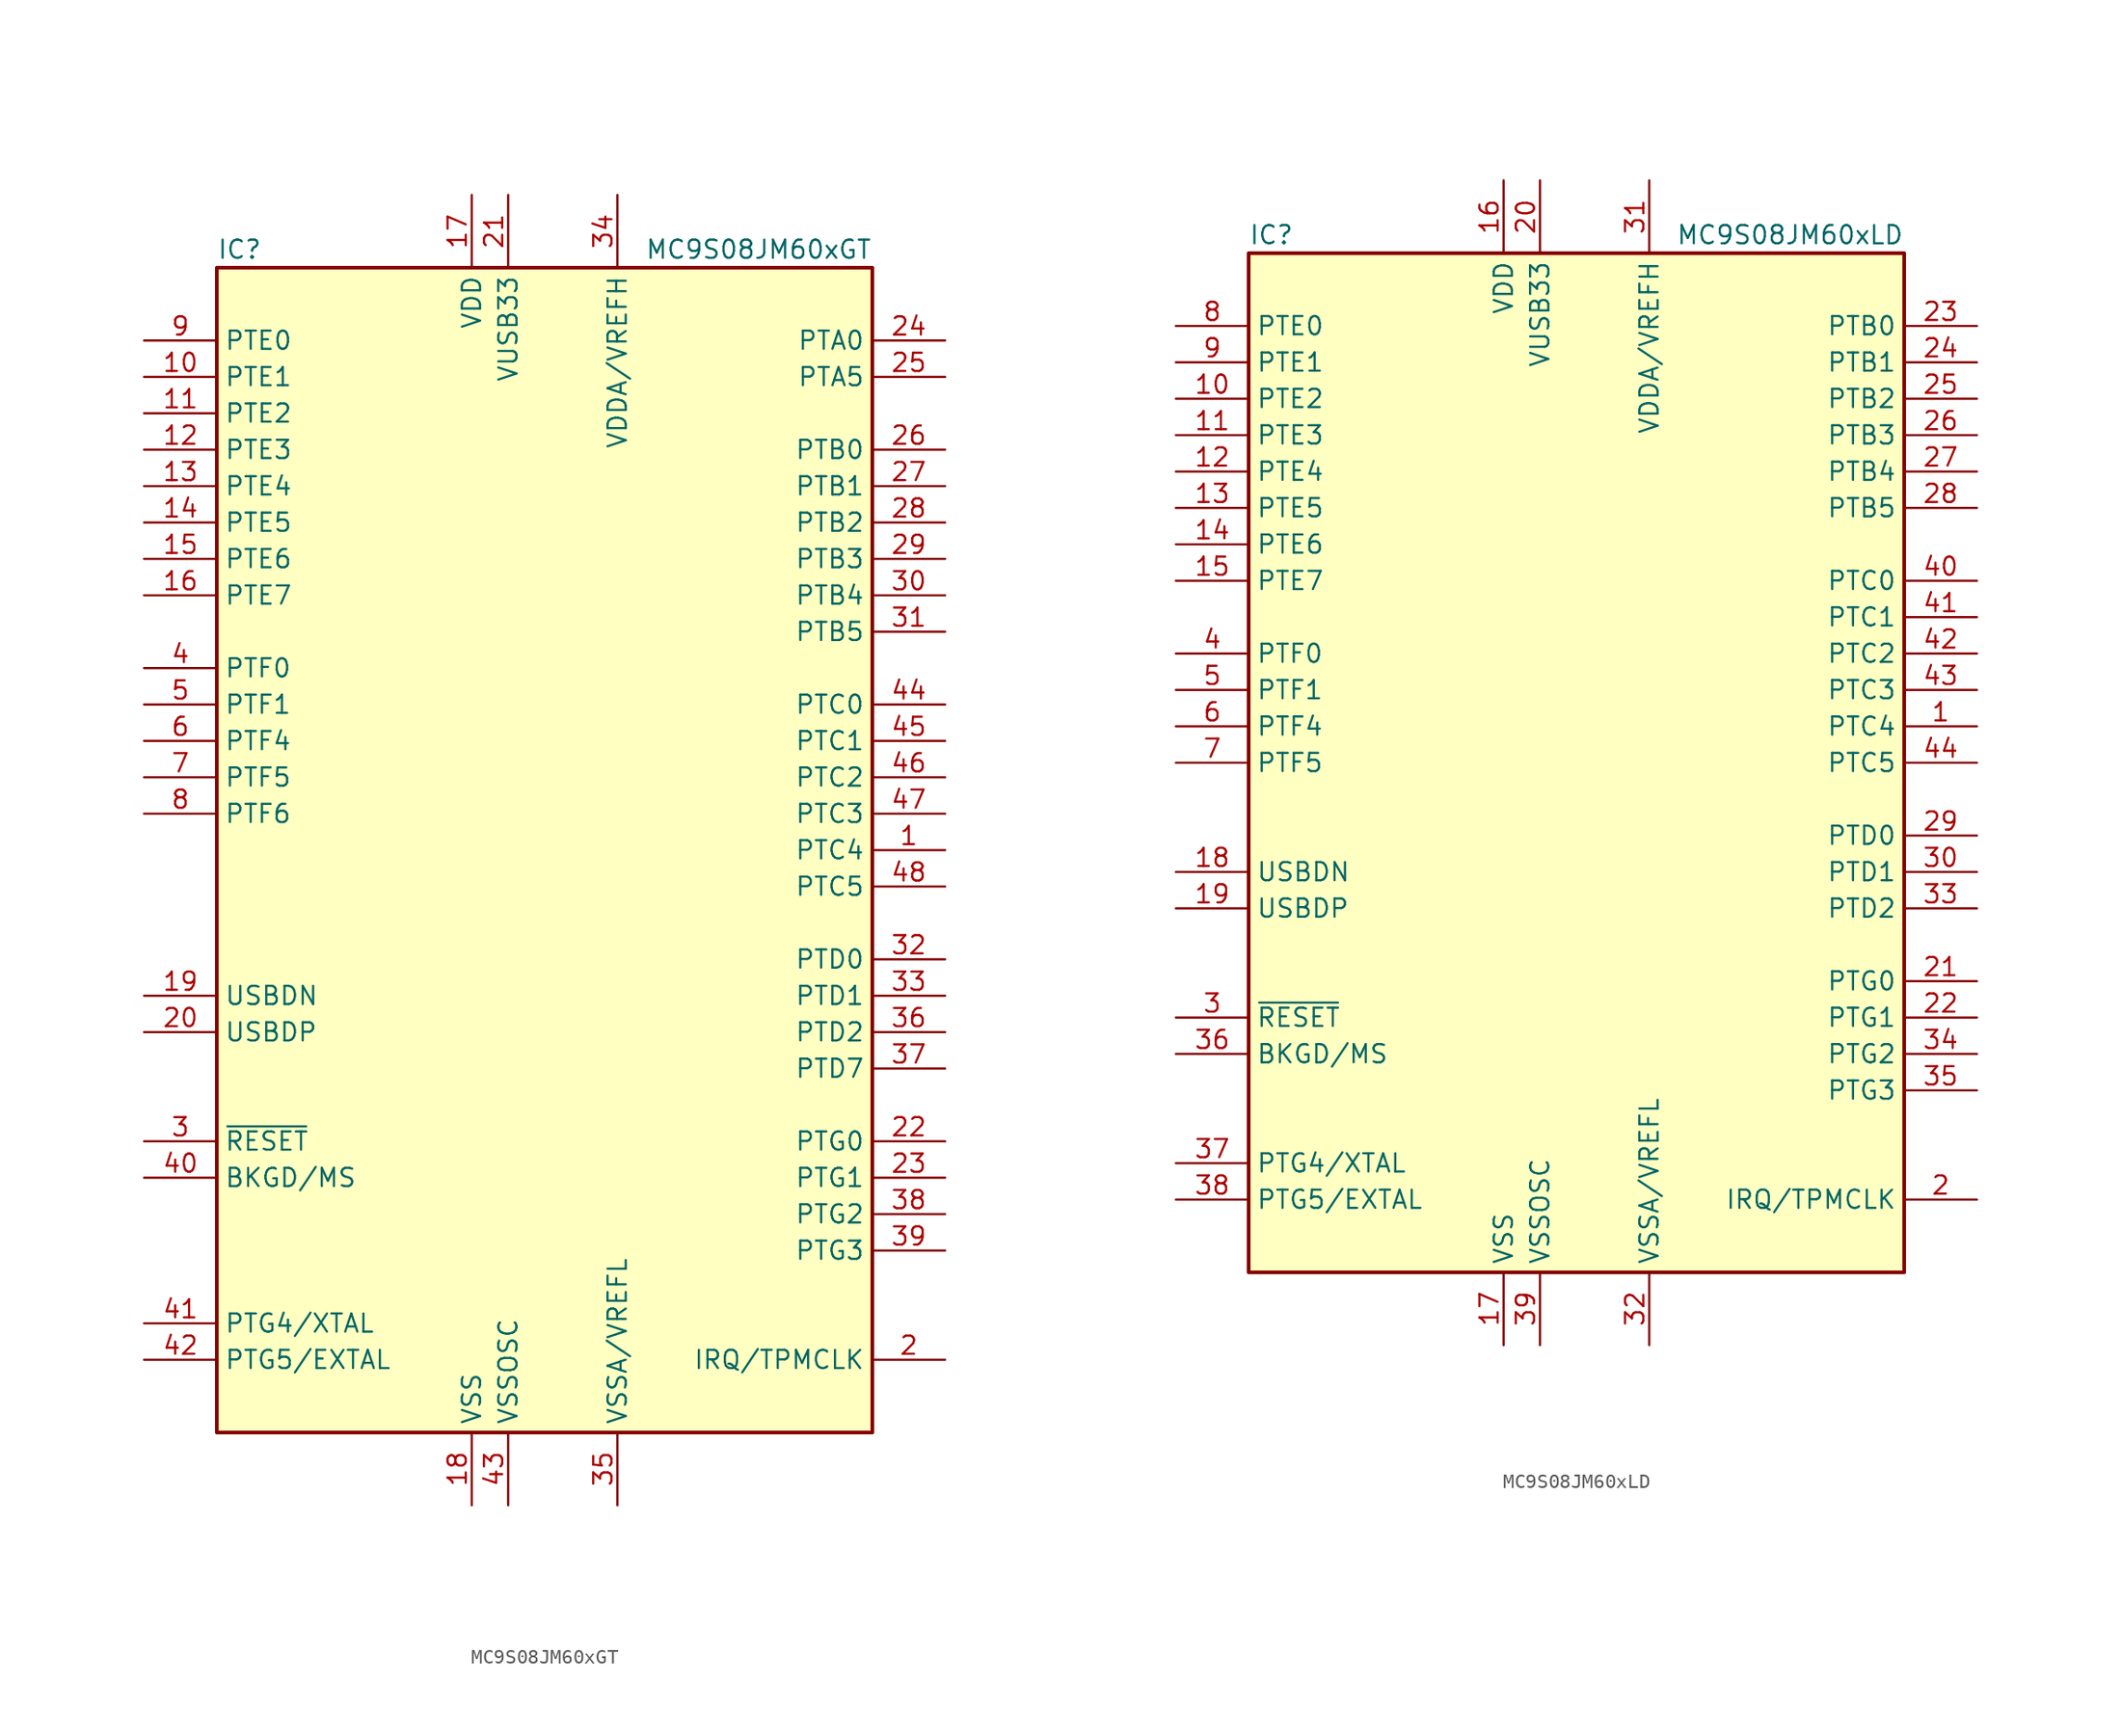
<source format=kicad_sym>
(kicad_symbol_lib
  (version 20241209)
  (generator "kicad_symbol_editor")
  (generator_version "9.0")
  (symbol "MC9S08JM60xGT"
    (property "Reference" "IC"
      (at -22.86 41.91 0)
      (effects (font (size 1.27 1.27)) (justify left)))
    (property "Value" "MC9S08JM60xGT"
      (at 22.86 41.91 0)
      (effects (font (size 1.27 1.27)) (justify right)))
    (symbol "MC9S08JM60xGT_0_1"
      (rectangle (start -22.86 40.64) (end 22.86 -40.64) (stroke (width 0.254) (type default)) (fill (type background))))
    (symbol "MC9S08JM60xGT_1_1"
      (pin bidirectional line (at -27.94 35.56 0) (length 5.08) (name "PTE0" (effects (font (size 1.27 1.27)))) (number "9" (effects (font (size 1.27 1.27)))))
      (pin bidirectional line (at -27.94 33.02 0) (length 5.08) (name "PTE1" (effects (font (size 1.27 1.27)))) (number "10" (effects (font (size 1.27 1.27)))))
      (pin bidirectional line (at -27.94 30.48 0) (length 5.08) (name "PTE2" (effects (font (size 1.27 1.27)))) (number "11" (effects (font (size 1.27 1.27)))))
      (pin bidirectional line (at -27.94 27.94 0) (length 5.08) (name "PTE3" (effects (font (size 1.27 1.27)))) (number "12" (effects (font (size 1.27 1.27)))))
      (pin bidirectional line (at -27.94 25.4 0) (length 5.08) (name "PTE4" (effects (font (size 1.27 1.27)))) (number "13" (effects (font (size 1.27 1.27)))))
      (pin bidirectional line (at -27.94 22.86 0) (length 5.08) (name "PTE5" (effects (font (size 1.27 1.27)))) (number "14" (effects (font (size 1.27 1.27)))))
      (pin bidirectional line (at -27.94 20.32 0) (length 5.08) (name "PTE6" (effects (font (size 1.27 1.27)))) (number "15" (effects (font (size 1.27 1.27)))))
      (pin bidirectional line (at -27.94 17.78 0) (length 5.08) (name "PTE7" (effects (font (size 1.27 1.27)))) (number "16" (effects (font (size 1.27 1.27)))))
      (pin bidirectional line (at -27.94 12.7 0) (length 5.08) (name "PTF0" (effects (font (size 1.27 1.27)))) (number "4" (effects (font (size 1.27 1.27)))))
      (pin bidirectional line (at -27.94 10.16 0) (length 5.08) (name "PTF1" (effects (font (size 1.27 1.27)))) (number "5" (effects (font (size 1.27 1.27)))))
      (pin bidirectional line (at -27.94 7.62 0) (length 5.08) (name "PTF4" (effects (font (size 1.27 1.27)))) (number "6" (effects (font (size 1.27 1.27)))))
      (pin bidirectional line (at -27.94 5.08 0) (length 5.08) (name "PTF5" (effects (font (size 1.27 1.27)))) (number "7" (effects (font (size 1.27 1.27)))))
      (pin bidirectional line (at -27.94 2.54 0) (length 5.08) (name "PTF6" (effects (font (size 1.27 1.27)))) (number "8" (effects (font (size 1.27 1.27)))))
      (pin bidirectional line (at -27.94 -10.16 0) (length 5.08) (name "USBDN" (effects (font (size 1.27 1.27)))) (number "19" (effects (font (size 1.27 1.27)))))
      (pin bidirectional line (at -27.94 -12.7 0) (length 5.08) (name "USBDP" (effects (font (size 1.27 1.27)))) (number "20" (effects (font (size 1.27 1.27)))))
      (pin input line (at -27.94 -20.32 0) (length 5.08) (name "~{RESET}" (effects (font (size 1.27 1.27)))) (number "3" (effects (font (size 1.27 1.27)))))
      (pin bidirectional line (at -27.94 -22.86 0) (length 5.08) (name "BKGD/MS" (effects (font (size 1.27 1.27)))) (number "40" (effects (font (size 1.27 1.27)))))
      (pin bidirectional line (at -27.94 -33.02 0) (length 5.08) (name "PTG4/XTAL" (effects (font (size 1.27 1.27)))) (number "41" (effects (font (size 1.27 1.27)))))
      (pin bidirectional line (at -27.94 -35.56 0) (length 5.08) (name "PTG5/EXTAL" (effects (font (size 1.27 1.27)))) (number "42" (effects (font (size 1.27 1.27)))))
      (pin power_in line (at -5.08 45.72 270) (length 5.08) (name "VDD" (effects (font (size 1.27 1.27)))) (number "17" (effects (font (size 1.27 1.27)))))
      (pin power_in line (at -5.08 -45.72 90) (length 5.08) (name "VSS" (effects (font (size 1.27 1.27)))) (number "18" (effects (font (size 1.27 1.27)))))
      (pin power_out line (at -2.54 45.72 270) (length 5.08) (name "VUSB33" (effects (font (size 1.27 1.27)))) (number "21" (effects (font (size 1.27 1.27)))))
      (pin power_in line (at -2.54 -45.72 90) (length 5.08) (name "VSSOSC" (effects (font (size 1.27 1.27)))) (number "43" (effects (font (size 1.27 1.27)))))
      (pin power_in line (at 5.08 45.72 270) (length 5.08) (name "VDDA/VREFH" (effects (font (size 1.27 1.27)))) (number "34" (effects (font (size 1.27 1.27)))))
      (pin power_in line (at 5.08 -45.72 90) (length 5.08) (name "VSSA/VREFL" (effects (font (size 1.27 1.27)))) (number "35" (effects (font (size 1.27 1.27)))))
      (pin bidirectional line (at 27.94 35.56 180) (length 5.08) (name "PTA0" (effects (font (size 1.27 1.27)))) (number "24" (effects (font (size 1.27 1.27)))))
      (pin bidirectional line (at 27.94 33.02 180) (length 5.08) (name "PTA5" (effects (font (size 1.27 1.27)))) (number "25" (effects (font (size 1.27 1.27)))))
      (pin bidirectional line (at 27.94 27.94 180) (length 5.08) (name "PTB0" (effects (font (size 1.27 1.27)))) (number "26" (effects (font (size 1.27 1.27)))))
      (pin bidirectional line (at 27.94 25.4 180) (length 5.08) (name "PTB1" (effects (font (size 1.27 1.27)))) (number "27" (effects (font (size 1.27 1.27)))))
      (pin bidirectional line (at 27.94 22.86 180) (length 5.08) (name "PTB2" (effects (font (size 1.27 1.27)))) (number "28" (effects (font (size 1.27 1.27)))))
      (pin bidirectional line (at 27.94 20.32 180) (length 5.08) (name "PTB3" (effects (font (size 1.27 1.27)))) (number "29" (effects (font (size 1.27 1.27)))))
      (pin bidirectional line (at 27.94 17.78 180) (length 5.08) (name "PTB4" (effects (font (size 1.27 1.27)))) (number "30" (effects (font (size 1.27 1.27)))))
      (pin bidirectional line (at 27.94 15.24 180) (length 5.08) (name "PTB5" (effects (font (size 1.27 1.27)))) (number "31" (effects (font (size 1.27 1.27)))))
      (pin bidirectional line (at 27.94 10.16 180) (length 5.08) (name "PTC0" (effects (font (size 1.27 1.27)))) (number "44" (effects (font (size 1.27 1.27)))))
      (pin bidirectional line (at 27.94 7.62 180) (length 5.08) (name "PTC1" (effects (font (size 1.27 1.27)))) (number "45" (effects (font (size 1.27 1.27)))))
      (pin bidirectional line (at 27.94 5.08 180) (length 5.08) (name "PTC2" (effects (font (size 1.27 1.27)))) (number "46" (effects (font (size 1.27 1.27)))))
      (pin bidirectional line (at 27.94 2.54 180) (length 5.08) (name "PTC3" (effects (font (size 1.27 1.27)))) (number "47" (effects (font (size 1.27 1.27)))))
      (pin bidirectional line (at 27.94 0 180) (length 5.08) (name "PTC4" (effects (font (size 1.27 1.27)))) (number "1" (effects (font (size 1.27 1.27)))))
      (pin bidirectional line (at 27.94 -2.54 180) (length 5.08) (name "PTC5" (effects (font (size 1.27 1.27)))) (number "48" (effects (font (size 1.27 1.27)))))
      (pin bidirectional line (at 27.94 -7.62 180) (length 5.08) (name "PTD0" (effects (font (size 1.27 1.27)))) (number "32" (effects (font (size 1.27 1.27)))))
      (pin bidirectional line (at 27.94 -10.16 180) (length 5.08) (name "PTD1" (effects (font (size 1.27 1.27)))) (number "33" (effects (font (size 1.27 1.27)))))
      (pin bidirectional line (at 27.94 -12.7 180) (length 5.08) (name "PTD2" (effects (font (size 1.27 1.27)))) (number "36" (effects (font (size 1.27 1.27)))))
      (pin bidirectional line (at 27.94 -15.24 180) (length 5.08) (name "PTD7" (effects (font (size 1.27 1.27)))) (number "37" (effects (font (size 1.27 1.27)))))
      (pin bidirectional line (at 27.94 -20.32 180) (length 5.08) (name "PTG0" (effects (font (size 1.27 1.27)))) (number "22" (effects (font (size 1.27 1.27)))))
      (pin bidirectional line (at 27.94 -22.86 180) (length 5.08) (name "PTG1" (effects (font (size 1.27 1.27)))) (number "23" (effects (font (size 1.27 1.27)))))
      (pin bidirectional line (at 27.94 -25.4 180) (length 5.08) (name "PTG2" (effects (font (size 1.27 1.27)))) (number "38" (effects (font (size 1.27 1.27)))))
      (pin bidirectional line (at 27.94 -27.94 180) (length 5.08) (name "PTG3" (effects (font (size 1.27 1.27)))) (number "39" (effects (font (size 1.27 1.27)))))
      (pin bidirectional line (at 27.94 -35.56 180) (length 5.08) (name "IRQ/TPMCLK" (effects (font (size 1.27 1.27)))) (number "2" (effects (font (size 1.27 1.27)))))))
  (symbol "MC9S08JM60xLD"
    (property "Reference" "IC"
      (at -22.86 36.83 0)
      (effects (font (size 1.27 1.27)) (justify left)))
    (property "Value" "MC9S08JM60xLD"
      (at 22.86 36.83 0)
      (effects (font (size 1.27 1.27)) (justify right)))
    (symbol "MC9S08JM60xLD_0_1"
      (rectangle (start -22.86 35.56) (end 22.86 -35.56) (stroke (width 0.254) (type default)) (fill (type background))))
    (symbol "MC9S08JM60xLD_1_1"
      (pin bidirectional line (at -27.94 30.48 0) (length 5.08) (name "PTE0" (effects (font (size 1.27 1.27)))) (number "8" (effects (font (size 1.27 1.27)))))
      (pin bidirectional line (at -27.94 27.94 0) (length 5.08) (name "PTE1" (effects (font (size 1.27 1.27)))) (number "9" (effects (font (size 1.27 1.27)))))
      (pin bidirectional line (at -27.94 25.4 0) (length 5.08) (name "PTE2" (effects (font (size 1.27 1.27)))) (number "10" (effects (font (size 1.27 1.27)))))
      (pin bidirectional line (at -27.94 22.86 0) (length 5.08) (name "PTE3" (effects (font (size 1.27 1.27)))) (number "11" (effects (font (size 1.27 1.27)))))
      (pin bidirectional line (at -27.94 20.32 0) (length 5.08) (name "PTE4" (effects (font (size 1.27 1.27)))) (number "12" (effects (font (size 1.27 1.27)))))
      (pin bidirectional line (at -27.94 17.78 0) (length 5.08) (name "PTE5" (effects (font (size 1.27 1.27)))) (number "13" (effects (font (size 1.27 1.27)))))
      (pin bidirectional line (at -27.94 15.24 0) (length 5.08) (name "PTE6" (effects (font (size 1.27 1.27)))) (number "14" (effects (font (size 1.27 1.27)))))
      (pin bidirectional line (at -27.94 12.7 0) (length 5.08) (name "PTE7" (effects (font (size 1.27 1.27)))) (number "15" (effects (font (size 1.27 1.27)))))
      (pin bidirectional line (at -27.94 7.62 0) (length 5.08) (name "PTF0" (effects (font (size 1.27 1.27)))) (number "4" (effects (font (size 1.27 1.27)))))
      (pin bidirectional line (at -27.94 5.08 0) (length 5.08) (name "PTF1" (effects (font (size 1.27 1.27)))) (number "5" (effects (font (size 1.27 1.27)))))
      (pin bidirectional line (at -27.94 2.54 0) (length 5.08) (name "PTF4" (effects (font (size 1.27 1.27)))) (number "6" (effects (font (size 1.27 1.27)))))
      (pin bidirectional line (at -27.94 0 0) (length 5.08) (name "PTF5" (effects (font (size 1.27 1.27)))) (number "7" (effects (font (size 1.27 1.27)))))
      (pin bidirectional line (at -27.94 -7.62 0) (length 5.08) (name "USBDN" (effects (font (size 1.27 1.27)))) (number "18" (effects (font (size 1.27 1.27)))))
      (pin bidirectional line (at -27.94 -10.16 0) (length 5.08) (name "USBDP" (effects (font (size 1.27 1.27)))) (number "19" (effects (font (size 1.27 1.27)))))
      (pin input line (at -27.94 -17.78 0) (length 5.08) (name "~{RESET}" (effects (font (size 1.27 1.27)))) (number "3" (effects (font (size 1.27 1.27)))))
      (pin bidirectional line (at -27.94 -20.32 0) (length 5.08) (name "BKGD/MS" (effects (font (size 1.27 1.27)))) (number "36" (effects (font (size 1.27 1.27)))))
      (pin bidirectional line (at -27.94 -27.94 0) (length 5.08) (name "PTG4/XTAL" (effects (font (size 1.27 1.27)))) (number "37" (effects (font (size 1.27 1.27)))))
      (pin bidirectional line (at -27.94 -30.48 0) (length 5.08) (name "PTG5/EXTAL" (effects (font (size 1.27 1.27)))) (number "38" (effects (font (size 1.27 1.27)))))
      (pin power_in line (at -5.08 40.64 270) (length 5.08) (name "VDD" (effects (font (size 1.27 1.27)))) (number "16" (effects (font (size 1.27 1.27)))))
      (pin power_in line (at -5.08 -40.64 90) (length 5.08) (name "VSS" (effects (font (size 1.27 1.27)))) (number "17" (effects (font (size 1.27 1.27)))))
      (pin power_out line (at -2.54 40.64 270) (length 5.08) (name "VUSB33" (effects (font (size 1.27 1.27)))) (number "20" (effects (font (size 1.27 1.27)))))
      (pin power_in line (at -2.54 -40.64 90) (length 5.08) (name "VSSOSC" (effects (font (size 1.27 1.27)))) (number "39" (effects (font (size 1.27 1.27)))))
      (pin power_in line (at 5.08 40.64 270) (length 5.08) (name "VDDA/VREFH" (effects (font (size 1.27 1.27)))) (number "31" (effects (font (size 1.27 1.27)))))
      (pin power_in line (at 5.08 -40.64 90) (length 5.08) (name "VSSA/VREFL" (effects (font (size 1.27 1.27)))) (number "32" (effects (font (size 1.27 1.27)))))
      (pin bidirectional line (at 27.94 30.48 180) (length 5.08) (name "PTB0" (effects (font (size 1.27 1.27)))) (number "23" (effects (font (size 1.27 1.27)))))
      (pin bidirectional line (at 27.94 27.94 180) (length 5.08) (name "PTB1" (effects (font (size 1.27 1.27)))) (number "24" (effects (font (size 1.27 1.27)))))
      (pin bidirectional line (at 27.94 25.4 180) (length 5.08) (name "PTB2" (effects (font (size 1.27 1.27)))) (number "25" (effects (font (size 1.27 1.27)))))
      (pin bidirectional line (at 27.94 22.86 180) (length 5.08) (name "PTB3" (effects (font (size 1.27 1.27)))) (number "26" (effects (font (size 1.27 1.27)))))
      (pin bidirectional line (at 27.94 20.32 180) (length 5.08) (name "PTB4" (effects (font (size 1.27 1.27)))) (number "27" (effects (font (size 1.27 1.27)))))
      (pin bidirectional line (at 27.94 17.78 180) (length 5.08) (name "PTB5" (effects (font (size 1.27 1.27)))) (number "28" (effects (font (size 1.27 1.27)))))
      (pin bidirectional line (at 27.94 12.7 180) (length 5.08) (name "PTC0" (effects (font (size 1.27 1.27)))) (number "40" (effects (font (size 1.27 1.27)))))
      (pin bidirectional line (at 27.94 10.16 180) (length 5.08) (name "PTC1" (effects (font (size 1.27 1.27)))) (number "41" (effects (font (size 1.27 1.27)))))
      (pin bidirectional line (at 27.94 7.62 180) (length 5.08) (name "PTC2" (effects (font (size 1.27 1.27)))) (number "42" (effects (font (size 1.27 1.27)))))
      (pin bidirectional line (at 27.94 5.08 180) (length 5.08) (name "PTC3" (effects (font (size 1.27 1.27)))) (number "43" (effects (font (size 1.27 1.27)))))
      (pin bidirectional line (at 27.94 2.54 180) (length 5.08) (name "PTC4" (effects (font (size 1.27 1.27)))) (number "1" (effects (font (size 1.27 1.27)))))
      (pin bidirectional line (at 27.94 0 180) (length 5.08) (name "PTC5" (effects (font (size 1.27 1.27)))) (number "44" (effects (font (size 1.27 1.27)))))
      (pin bidirectional line (at 27.94 -5.08 180) (length 5.08) (name "PTD0" (effects (font (size 1.27 1.27)))) (number "29" (effects (font (size 1.27 1.27)))))
      (pin bidirectional line (at 27.94 -7.62 180) (length 5.08) (name "PTD1" (effects (font (size 1.27 1.27)))) (number "30" (effects (font (size 1.27 1.27)))))
      (pin bidirectional line (at 27.94 -10.16 180) (length 5.08) (name "PTD2" (effects (font (size 1.27 1.27)))) (number "33" (effects (font (size 1.27 1.27)))))
      (pin bidirectional line (at 27.94 -15.24 180) (length 5.08) (name "PTG0" (effects (font (size 1.27 1.27)))) (number "21" (effects (font (size 1.27 1.27)))))
      (pin bidirectional line (at 27.94 -17.78 180) (length 5.08) (name "PTG1" (effects (font (size 1.27 1.27)))) (number "22" (effects (font (size 1.27 1.27)))))
      (pin bidirectional line (at 27.94 -20.32 180) (length 5.08) (name "PTG2" (effects (font (size 1.27 1.27)))) (number "34" (effects (font (size 1.27 1.27)))))
      (pin bidirectional line (at 27.94 -22.86 180) (length 5.08) (name "PTG3" (effects (font (size 1.27 1.27)))) (number "35" (effects (font (size 1.27 1.27)))))
      (pin bidirectional line (at 27.94 -30.48 180) (length 5.08) (name "IRQ/TPMCLK" (effects (font (size 1.27 1.27)))) (number "2" (effects (font (size 1.27 1.27))))))))
</source>
